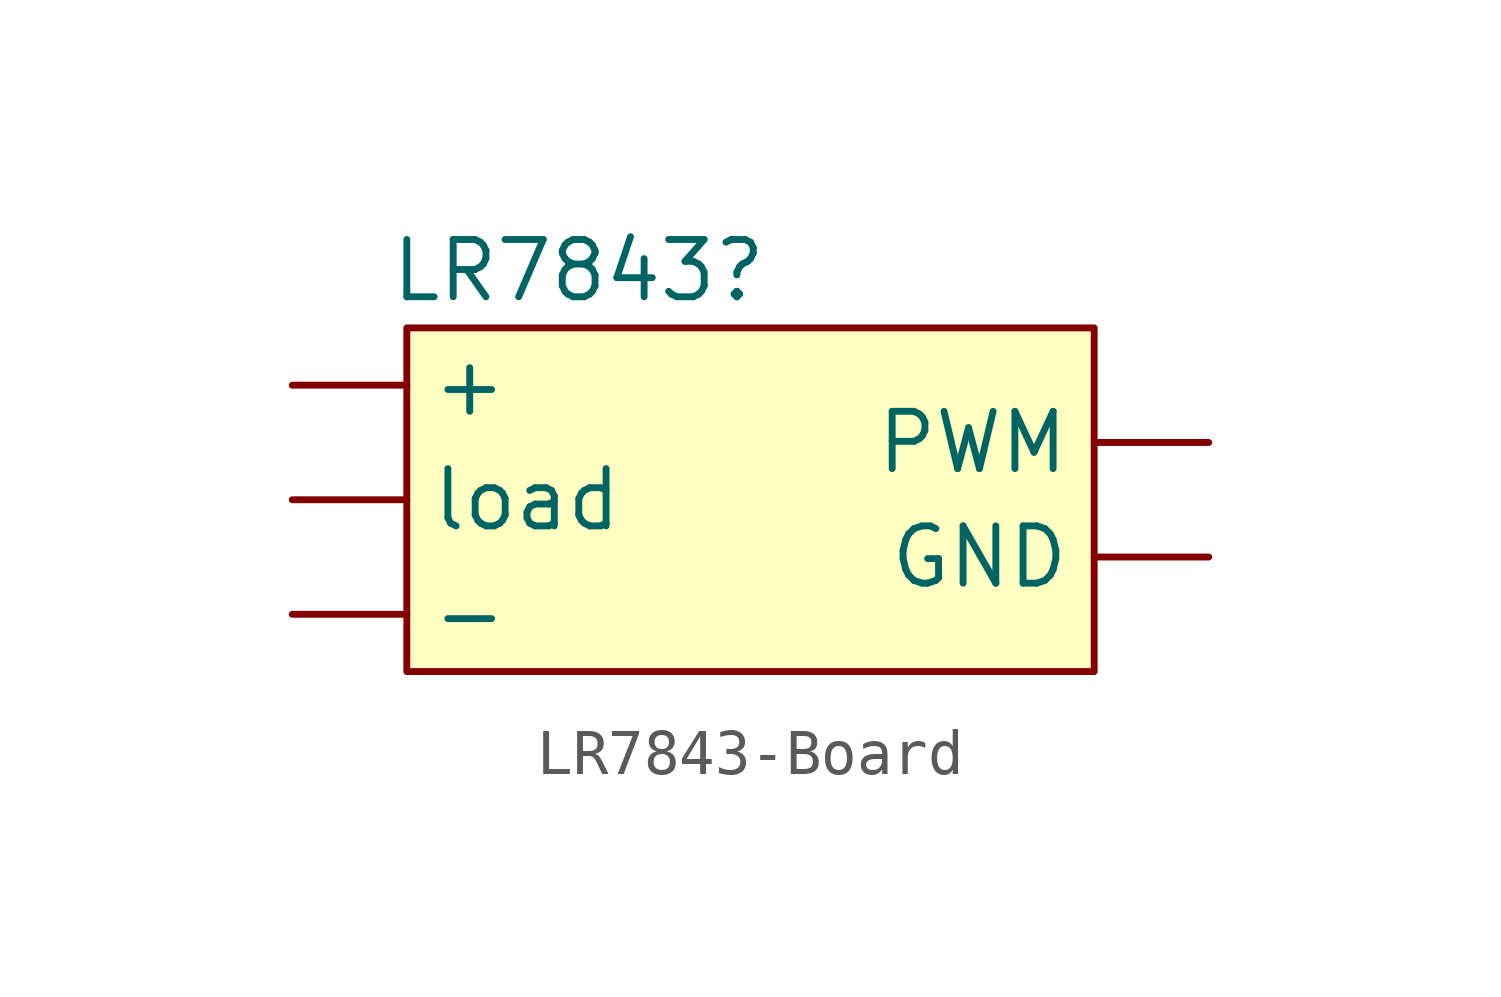
<source format=kicad_sym>
(kicad_symbol_lib
  (version 20220914)
  (generator kicad_symbol_editor)
  (symbol "LR7843-Board"
    (pin_numbers hide)
    (property "Reference" "LR7843"
      (at -3.81 5.08 0)
      (effects (font (size 1.27 1.27))))
    (property "Value" ""
      (at 0 0 0)
      (effects (font (size 1.27 1.27))))
    (symbol "LR7843-Board_0_1"
      (rectangle (start -7.62 3.81) (end 7.62 -3.81) (stroke (width 0) (type default)) (fill (type background))))
    (symbol "LR7843-Board_1_1"
      (pin input line (at 10.16 1.27 180) (length 2.54) (name "PWM" (effects (font (size 1.27 1.27)))) (number "1" (effects (font (size 1.27 1.27)))))
      (pin input line (at 10.16 -1.27 180) (length 2.54) (name "GND" (effects (font (size 1.27 1.27)))) (number "2" (effects (font (size 1.27 1.27)))))
      (pin input line (at -10.16 2.54 0) (length 2.54) (name "+" (effects (font (size 1.27 1.27)))) (number "3" (effects (font (size 1.27 1.27)))))
      (pin input line (at -10.16 0 0) (length 2.54) (name "load" (effects (font (size 1.27 1.27)))) (number "4" (effects (font (size 1.27 1.27)))))
      (pin input line (at -10.16 -2.54 0) (length 2.54) (name "-" (effects (font (size 1.27 1.27)))) (number "5" (effects (font (size 1.27 1.27))))))))
</source>
